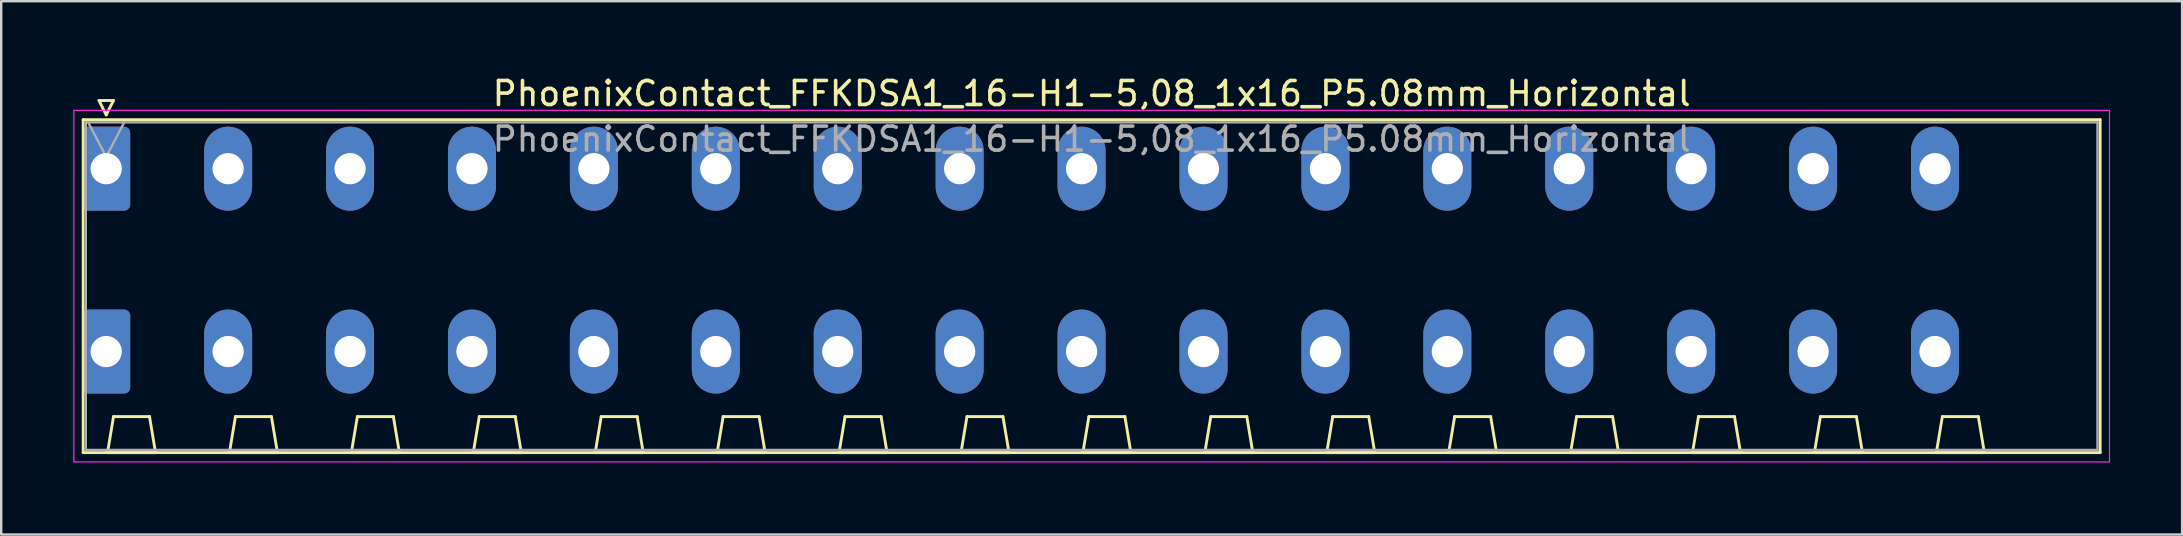
<source format=kicad_pcb>
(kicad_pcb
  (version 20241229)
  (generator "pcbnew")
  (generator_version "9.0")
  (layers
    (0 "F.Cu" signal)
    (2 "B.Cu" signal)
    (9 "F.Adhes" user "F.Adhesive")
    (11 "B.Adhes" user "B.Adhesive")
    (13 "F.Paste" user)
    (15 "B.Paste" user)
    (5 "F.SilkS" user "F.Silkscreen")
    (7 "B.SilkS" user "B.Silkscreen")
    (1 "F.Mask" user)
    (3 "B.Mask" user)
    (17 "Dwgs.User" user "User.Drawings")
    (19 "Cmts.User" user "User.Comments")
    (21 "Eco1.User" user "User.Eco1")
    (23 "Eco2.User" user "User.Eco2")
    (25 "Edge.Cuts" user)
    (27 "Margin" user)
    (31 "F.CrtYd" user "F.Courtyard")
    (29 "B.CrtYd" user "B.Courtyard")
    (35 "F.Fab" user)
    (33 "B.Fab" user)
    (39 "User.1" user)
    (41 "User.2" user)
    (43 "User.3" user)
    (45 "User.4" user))
  (footprint "PhoenixContact_FFKDSA1_16-H1-5,08_1x16_P5.08mm_Horizontal"
    (layer "F.Cu")
    (at 1.375 3.978)
    (property "Reference" "PhoenixContact_FFKDSA1_16-H1-5,08_1x16_P5.08mm_Horizontal" (at 41.06 -3.13 0) (layer "F.SilkS") (effects (font (size 1 1) (thickness 0.15))))
    (attr through_hole)
    (fp_line (start -0.96 -2.04) (end -0.96 11.83) (stroke (width 0.12) (type solid)) (layer "F.SilkS"))
    (fp_line (start -0.96 11.83) (end 83.08 11.83) (stroke (width 0.12) (type solid)) (layer "F.SilkS"))
    (fp_line (start -0.3 -2.84) (end 0.3 -2.84) (stroke (width 0.12) (type solid)) (layer "F.SilkS"))
    (fp_line (start 0 -2.24) (end -0.3 -2.84) (stroke (width 0.12) (type solid)) (layer "F.SilkS"))
    (fp_line (start 0.055 11.83) (end 2.055 11.83) (stroke (width 0.12) (type solid)) (layer "F.SilkS"))
    (fp_line (start 0.3 -2.84) (end 0 -2.24) (stroke (width 0.12) (type solid)) (layer "F.SilkS"))
    (fp_line (start 0.305 10.33) (end 0.055 11.83) (stroke (width 0.12) (type solid)) (layer "F.SilkS"))
    (fp_line (start 1.805 10.33) (end 0.305 10.33) (stroke (width 0.12) (type solid)) (layer "F.SilkS"))
    (fp_line (start 2.055 11.83) (end 1.805 10.33) (stroke (width 0.12) (type solid)) (layer "F.SilkS"))
    (fp_line (start 5.135 11.83) (end 7.135 11.83) (stroke (width 0.12) (type solid)) (layer "F.SilkS"))
    (fp_line (start 5.385 10.33) (end 5.135 11.83) (stroke (width 0.12) (type solid)) (layer "F.SilkS"))
    (fp_line (start 6.885 10.33) (end 5.385 10.33) (stroke (width 0.12) (type solid)) (layer "F.SilkS"))
    (fp_line (start 7.135 11.83) (end 6.885 10.33) (stroke (width 0.12) (type solid)) (layer "F.SilkS"))
    (fp_line (start 10.215 11.83) (end 12.215 11.83) (stroke (width 0.12) (type solid)) (layer "F.SilkS"))
    (fp_line (start 10.465 10.33) (end 10.215 11.83) (stroke (width 0.12) (type solid)) (layer "F.SilkS"))
    (fp_line (start 11.965 10.33) (end 10.465 10.33) (stroke (width 0.12) (type solid)) (layer "F.SilkS"))
    (fp_line (start 12.215 11.83) (end 11.965 10.33) (stroke (width 0.12) (type solid)) (layer "F.SilkS"))
    (fp_line (start 15.295 11.83) (end 17.295 11.83) (stroke (width 0.12) (type solid)) (layer "F.SilkS"))
    (fp_line (start 15.545 10.33) (end 15.295 11.83) (stroke (width 0.12) (type solid)) (layer "F.SilkS"))
    (fp_line (start 17.045 10.33) (end 15.545 10.33) (stroke (width 0.12) (type solid)) (layer "F.SilkS"))
    (fp_line (start 17.295 11.83) (end 17.045 10.33) (stroke (width 0.12) (type solid)) (layer "F.SilkS"))
    (fp_line (start 20.375 11.83) (end 22.375 11.83) (stroke (width 0.12) (type solid)) (layer "F.SilkS"))
    (fp_line (start 20.625 10.33) (end 20.375 11.83) (stroke (width 0.12) (type solid)) (layer "F.SilkS"))
    (fp_line (start 22.125 10.33) (end 20.625 10.33) (stroke (width 0.12) (type solid)) (layer "F.SilkS"))
    (fp_line (start 22.375 11.83) (end 22.125 10.33) (stroke (width 0.12) (type solid)) (layer "F.SilkS"))
    (fp_line (start 25.455 11.83) (end 27.455 11.83) (stroke (width 0.12) (type solid)) (layer "F.SilkS"))
    (fp_line (start 25.705 10.33) (end 25.455 11.83) (stroke (width 0.12) (type solid)) (layer "F.SilkS"))
    (fp_line (start 27.205 10.33) (end 25.705 10.33) (stroke (width 0.12) (type solid)) (layer "F.SilkS"))
    (fp_line (start 27.455 11.83) (end 27.205 10.33) (stroke (width 0.12) (type solid)) (layer "F.SilkS"))
    (fp_line (start 30.535 11.83) (end 32.535 11.83) (stroke (width 0.12) (type solid)) (layer "F.SilkS"))
    (fp_line (start 30.785 10.33) (end 30.535 11.83) (stroke (width 0.12) (type solid)) (layer "F.SilkS"))
    (fp_line (start 32.285 10.33) (end 30.785 10.33) (stroke (width 0.12) (type solid)) (layer "F.SilkS"))
    (fp_line (start 32.535 11.83) (end 32.285 10.33) (stroke (width 0.12) (type solid)) (layer "F.SilkS"))
    (fp_line (start 35.615 11.83) (end 37.615 11.83) (stroke (width 0.12) (type solid)) (layer "F.SilkS"))
    (fp_line (start 35.865 10.33) (end 35.615 11.83) (stroke (width 0.12) (type solid)) (layer "F.SilkS"))
    (fp_line (start 37.365 10.33) (end 35.865 10.33) (stroke (width 0.12) (type solid)) (layer "F.SilkS"))
    (fp_line (start 37.615 11.83) (end 37.365 10.33) (stroke (width 0.12) (type solid)) (layer "F.SilkS"))
    (fp_line (start 40.695 11.83) (end 42.695 11.83) (stroke (width 0.12) (type solid)) (layer "F.SilkS"))
    (fp_line (start 40.945 10.33) (end 40.695 11.83) (stroke (width 0.12) (type solid)) (layer "F.SilkS"))
    (fp_line (start 42.445 10.33) (end 40.945 10.33) (stroke (width 0.12) (type solid)) (layer "F.SilkS"))
    (fp_line (start 42.695 11.83) (end 42.445 10.33) (stroke (width 0.12) (type solid)) (layer "F.SilkS"))
    (fp_line (start 45.775 11.83) (end 47.775 11.83) (stroke (width 0.12) (type solid)) (layer "F.SilkS"))
    (fp_line (start 46.025 10.33) (end 45.775 11.83) (stroke (width 0.12) (type solid)) (layer "F.SilkS"))
    (fp_line (start 47.525 10.33) (end 46.025 10.33) (stroke (width 0.12) (type solid)) (layer "F.SilkS"))
    (fp_line (start 47.775 11.83) (end 47.525 10.33) (stroke (width 0.12) (type solid)) (layer "F.SilkS"))
    (fp_line (start 50.855 11.83) (end 52.855 11.83) (stroke (width 0.12) (type solid)) (layer "F.SilkS"))
    (fp_line (start 51.105 10.33) (end 50.855 11.83) (stroke (width 0.12) (type solid)) (layer "F.SilkS"))
    (fp_line (start 52.605 10.33) (end 51.105 10.33) (stroke (width 0.12) (type solid)) (layer "F.SilkS"))
    (fp_line (start 52.855 11.83) (end 52.605 10.33) (stroke (width 0.12) (type solid)) (layer "F.SilkS"))
    (fp_line (start 55.935 11.83) (end 57.935 11.83) (stroke (width 0.12) (type solid)) (layer "F.SilkS"))
    (fp_line (start 56.185 10.33) (end 55.935 11.83) (stroke (width 0.12) (type solid)) (layer "F.SilkS"))
    (fp_line (start 57.685 10.33) (end 56.185 10.33) (stroke (width 0.12) (type solid)) (layer "F.SilkS"))
    (fp_line (start 57.935 11.83) (end 57.685 10.33) (stroke (width 0.12) (type solid)) (layer "F.SilkS"))
    (fp_line (start 61.015 11.83) (end 63.015 11.83) (stroke (width 0.12) (type solid)) (layer "F.SilkS"))
    (fp_line (start 61.265 10.33) (end 61.015 11.83) (stroke (width 0.12) (type solid)) (layer "F.SilkS"))
    (fp_line (start 62.765 10.33) (end 61.265 10.33) (stroke (width 0.12) (type solid)) (layer "F.SilkS"))
    (fp_line (start 63.015 11.83) (end 62.765 10.33) (stroke (width 0.12) (type solid)) (layer "F.SilkS"))
    (fp_line (start 66.095 11.83) (end 68.095 11.83) (stroke (width 0.12) (type solid)) (layer "F.SilkS"))
    (fp_line (start 66.345 10.33) (end 66.095 11.83) (stroke (width 0.12) (type solid)) (layer "F.SilkS"))
    (fp_line (start 67.845 10.33) (end 66.345 10.33) (stroke (width 0.12) (type solid)) (layer "F.SilkS"))
    (fp_line (start 68.095 11.83) (end 67.845 10.33) (stroke (width 0.12) (type solid)) (layer "F.SilkS"))
    (fp_line (start 71.175 11.83) (end 73.175 11.83) (stroke (width 0.12) (type solid)) (layer "F.SilkS"))
    (fp_line (start 71.425 10.33) (end 71.175 11.83) (stroke (width 0.12) (type solid)) (layer "F.SilkS"))
    (fp_line (start 72.925 10.33) (end 71.425 10.33) (stroke (width 0.12) (type solid)) (layer "F.SilkS"))
    (fp_line (start 73.175 11.83) (end 72.925 10.33) (stroke (width 0.12) (type solid)) (layer "F.SilkS"))
    (fp_line (start 76.255 11.83) (end 78.255 11.83) (stroke (width 0.12) (type solid)) (layer "F.SilkS"))
    (fp_line (start 76.505 10.33) (end 76.255 11.83) (stroke (width 0.12) (type solid)) (layer "F.SilkS"))
    (fp_line (start 78.005 10.33) (end 76.505 10.33) (stroke (width 0.12) (type solid)) (layer "F.SilkS"))
    (fp_line (start 78.255 11.83) (end 78.005 10.33) (stroke (width 0.12) (type solid)) (layer "F.SilkS"))
    (fp_line (start 83.08 -2.04) (end -0.96 -2.04) (stroke (width 0.12) (type solid)) (layer "F.SilkS"))
    (fp_line (start 83.08 11.83) (end 83.08 -2.04) (stroke (width 0.12) (type solid)) (layer "F.SilkS"))
    (fp_line (start -1.35 -2.43) (end -1.35 12.22) (stroke (width 0.05) (type solid)) (layer "F.CrtYd"))
    (fp_line (start -1.35 12.22) (end 83.47 12.22) (stroke (width 0.05) (type solid)) (layer "F.CrtYd"))
    (fp_line (start 83.47 -2.43) (end -1.35 -2.43) (stroke (width 0.05) (type solid)) (layer "F.CrtYd"))
    (fp_line (start 83.47 12.22) (end 83.47 -2.43) (stroke (width 0.05) (type solid)) (layer "F.CrtYd"))
    (fp_line (start -0.85 -1.93) (end -0.85 11.72) (stroke (width 0.1) (type solid)) (layer "F.Fab"))
    (fp_line (start -0.85 11.72) (end 82.97 11.72) (stroke (width 0.1) (type solid)) (layer "F.Fab"))
    (fp_line (start 0 -0.5) (end -0.75 -1.93) (stroke (width 0.1) (type solid)) (layer "F.Fab"))
    (fp_line (start 0.75 -1.93) (end 0 -0.5) (stroke (width 0.1) (type solid)) (layer "F.Fab"))
    (fp_line (start 82.97 -1.93) (end -0.85 -1.93) (stroke (width 0.1) (type solid)) (layer "F.Fab"))
    (fp_line (start 82.97 11.72) (end 82.97 -1.93) (stroke (width 0.1) (type solid)) (layer "F.Fab"))
    (fp_text user "${REFERENCE}" (at 41.06 -1.23 0) (layer "F.Fab") (effects (font (size 1 1) (thickness 0.15))))
    (pad "1" thru_hole roundrect (at 0 0) (size 2 3.5) (drill 1.3) (layers "*.Cu" "*.Mask") (roundrect_rratio 0.125))
    (pad "1" thru_hole roundrect (at 0 7.62) (size 2 3.5) (drill 1.3) (layers "*.Cu" "*.Mask") (roundrect_rratio 0.125))
    (pad "2" thru_hole oval (at 5.08 0) (size 2 3.5) (drill 1.3) (layers "*.Cu" "*.Mask"))
    (pad "2" thru_hole oval (at 5.08 7.62) (size 2 3.5) (drill 1.3) (layers "*.Cu" "*.Mask"))
    (pad "3" thru_hole oval (at 10.16 0) (size 2 3.5) (drill 1.3) (layers "*.Cu" "*.Mask"))
    (pad "3" thru_hole oval (at 10.16 7.62) (size 2 3.5) (drill 1.3) (layers "*.Cu" "*.Mask"))
    (pad "4" thru_hole oval (at 15.24 0) (size 2 3.5) (drill 1.3) (layers "*.Cu" "*.Mask"))
    (pad "4" thru_hole oval (at 15.24 7.62) (size 2 3.5) (drill 1.3) (layers "*.Cu" "*.Mask"))
    (pad "5" thru_hole oval (at 20.32 0) (size 2 3.5) (drill 1.3) (layers "*.Cu" "*.Mask"))
    (pad "5" thru_hole oval (at 20.32 7.62) (size 2 3.5) (drill 1.3) (layers "*.Cu" "*.Mask"))
    (pad "6" thru_hole oval (at 25.4 0) (size 2 3.5) (drill 1.3) (layers "*.Cu" "*.Mask"))
    (pad "6" thru_hole oval (at 25.4 7.62) (size 2 3.5) (drill 1.3) (layers "*.Cu" "*.Mask"))
    (pad "7" thru_hole oval (at 30.48 0) (size 2 3.5) (drill 1.3) (layers "*.Cu" "*.Mask"))
    (pad "7" thru_hole oval (at 30.48 7.62) (size 2 3.5) (drill 1.3) (layers "*.Cu" "*.Mask"))
    (pad "8" thru_hole oval (at 35.56 0) (size 2 3.5) (drill 1.3) (layers "*.Cu" "*.Mask"))
    (pad "8" thru_hole oval (at 35.56 7.62) (size 2 3.5) (drill 1.3) (layers "*.Cu" "*.Mask"))
    (pad "9" thru_hole oval (at 40.64 0) (size 2 3.5) (drill 1.3) (layers "*.Cu" "*.Mask"))
    (pad "9" thru_hole oval (at 40.64 7.62) (size 2 3.5) (drill 1.3) (layers "*.Cu" "*.Mask"))
    (pad "10" thru_hole oval (at 45.72 0) (size 2 3.5) (drill 1.3) (layers "*.Cu" "*.Mask"))
    (pad "10" thru_hole oval (at 45.72 7.62) (size 2 3.5) (drill 1.3) (layers "*.Cu" "*.Mask"))
    (pad "11" thru_hole oval (at 50.8 0) (size 2 3.5) (drill 1.3) (layers "*.Cu" "*.Mask"))
    (pad "11" thru_hole oval (at 50.8 7.62) (size 2 3.5) (drill 1.3) (layers "*.Cu" "*.Mask"))
    (pad "12" thru_hole oval (at 55.88 0) (size 2 3.5) (drill 1.3) (layers "*.Cu" "*.Mask"))
    (pad "12" thru_hole oval (at 55.88 7.62) (size 2 3.5) (drill 1.3) (layers "*.Cu" "*.Mask"))
    (pad "13" thru_hole oval (at 60.96 0) (size 2 3.5) (drill 1.3) (layers "*.Cu" "*.Mask"))
    (pad "13" thru_hole oval (at 60.96 7.62) (size 2 3.5) (drill 1.3) (layers "*.Cu" "*.Mask"))
    (pad "14" thru_hole oval (at 66.04 0) (size 2 3.5) (drill 1.3) (layers "*.Cu" "*.Mask"))
    (pad "14" thru_hole oval (at 66.04 7.62) (size 2 3.5) (drill 1.3) (layers "*.Cu" "*.Mask"))
    (pad "15" thru_hole oval (at 71.12 0) (size 2 3.5) (drill 1.3) (layers "*.Cu" "*.Mask"))
    (pad "15" thru_hole oval (at 71.12 7.62) (size 2 3.5) (drill 1.3) (layers "*.Cu" "*.Mask"))
    (pad "16" thru_hole oval (at 76.2 0) (size 2 3.5) (drill 1.3) (layers "*.Cu" "*.Mask"))
    (pad "16" thru_hole oval (at 76.2 7.62) (size 2 3.5) (drill 1.3) (layers "*.Cu" "*.Mask")))
  (gr_rect
    (start -3 -3)
    (end 87.87 19.223)
    (stroke (width 0.1) (type default))
    (fill no)
    (layer "Edge.Cuts")))
</source>
